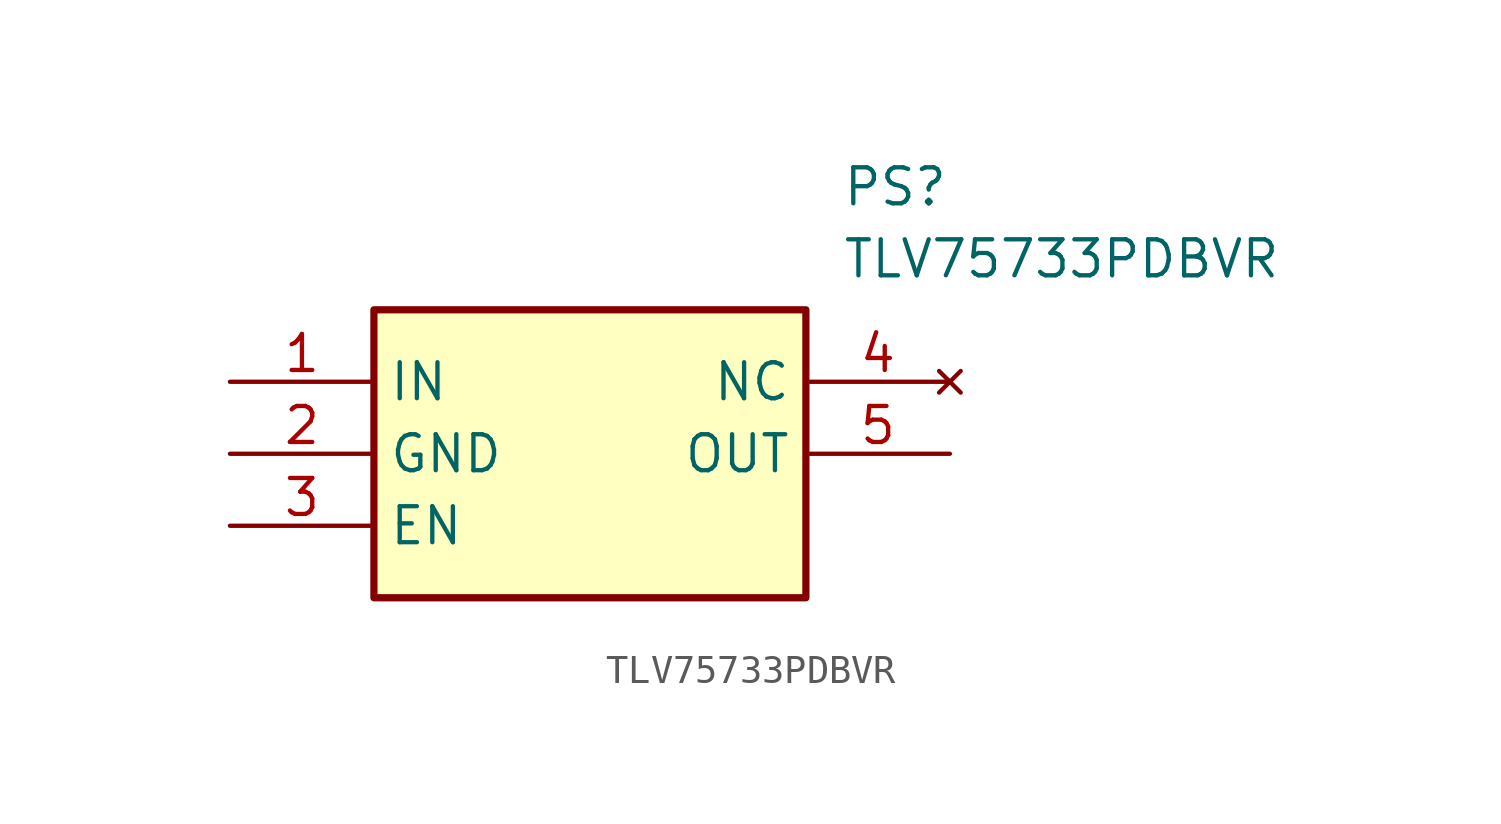
<source format=kicad_sym>
(kicad_symbol_lib
  (version 20211014)
  (generator SamacSys_ECAD_Model)
  (symbol "TLV75733PDBVR"
    (property "Reference" "PS"
      (at 21.59 7.62 0)
      (effects (font (size 1.27 1.27)) (justify left top)))
    (property "Value" "TLV75733PDBVR"
      (at 21.59 5.08 0)
      (effects (font (size 1.27 1.27)) (justify left top)))
    (rectangle
      (start 5.08 2.54)
      (end 20.32 -7.62)
      (stroke (width 0.254) (type default))
      (fill (type background)))
    (pin power_in line
      (at 0 0 0)
      (length 5.08)
      (name "IN" (effects (font (size 1.27 1.27))))
      (number "1" (effects (font (size 1.27 1.27)))))
    (pin power_in line
      (at 0 -2.54 0)
      (length 5.08)
      (name "GND" (effects (font (size 1.27 1.27))))
      (number "2" (effects (font (size 1.27 1.27)))))
    (pin input line
      (at 0 -5.08 0)
      (length 5.08)
      (name "EN" (effects (font (size 1.27 1.27))))
      (number "3" (effects (font (size 1.27 1.27)))))
    (pin no_connect line
      (at 25.4 0 180)
      (length 5.08)
      (name "NC" (effects (font (size 1.27 1.27))))
      (number "4" (effects (font (size 1.27 1.27)))))
    (pin output line
      (at 25.4 -2.54 180)
      (length 5.08)
      (name "OUT" (effects (font (size 1.27 1.27))))
      (number "5" (effects (font (size 1.27 1.27)))))))
</source>
